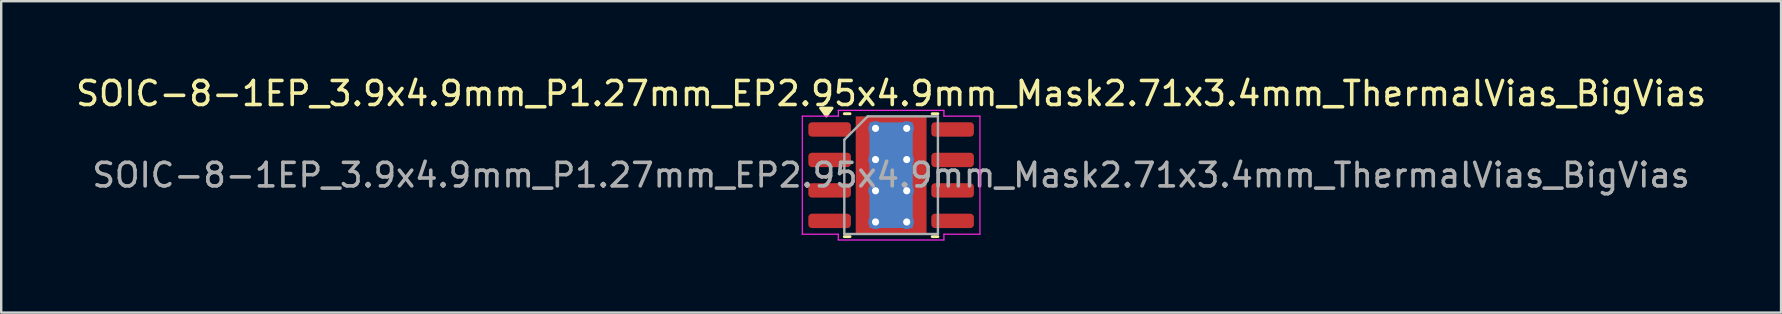
<source format=kicad_pcb>
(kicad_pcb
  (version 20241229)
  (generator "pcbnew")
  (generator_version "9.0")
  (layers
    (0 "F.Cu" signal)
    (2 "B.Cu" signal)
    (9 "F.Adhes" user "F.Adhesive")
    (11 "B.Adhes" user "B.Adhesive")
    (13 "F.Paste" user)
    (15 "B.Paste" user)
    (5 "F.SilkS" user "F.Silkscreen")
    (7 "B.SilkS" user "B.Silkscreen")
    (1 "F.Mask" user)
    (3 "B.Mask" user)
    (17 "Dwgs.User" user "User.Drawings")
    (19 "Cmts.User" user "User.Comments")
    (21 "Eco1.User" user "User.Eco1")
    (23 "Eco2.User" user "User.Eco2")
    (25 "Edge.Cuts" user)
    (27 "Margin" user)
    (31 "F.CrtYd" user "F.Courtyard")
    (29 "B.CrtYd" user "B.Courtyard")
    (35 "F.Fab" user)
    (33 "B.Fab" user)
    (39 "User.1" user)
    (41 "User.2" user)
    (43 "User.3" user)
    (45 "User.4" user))
  (footprint "SOIC-8-1EP_3.9x4.9mm_P1.27mm_EP2.95x4.9mm_Mask2.71x3.4mm_ThermalVias_BigVias"
    (layer "F.Cu")
    (at 34.077 4.248)
    (property "Reference" "SOIC-8-1EP_3.9x4.9mm_P1.27mm_EP2.95x4.9mm_Mask2.71x3.4mm_ThermalVias_BigVias" (at 0 -3.4 0) (layer "F.SilkS") (effects (font (size 1 1) (thickness 0.15))))
    (attr smd)
    (fp_line (start -1.711 -2.56) (end -1.95 -2.56) (stroke (width 0.12) (type solid)) (layer "F.SilkS"))
    (fp_line (start -1.711 2.56) (end -1.95 2.56) (stroke (width 0.12) (type solid)) (layer "F.SilkS"))
    (fp_line (start 1.711 -2.56) (end 1.95 -2.56) (stroke (width 0.12) (type solid)) (layer "F.SilkS"))
    (fp_line (start 1.711 2.56) (end 1.95 2.56) (stroke (width 0.12) (type solid)) (layer "F.SilkS"))
    (fp_poly (pts (xy -2.7 -2.465) (xy -2.94 -2.795) (xy -2.46 -2.795)) (stroke (width 0.12) (type solid)) (fill yes) (layer "F.SilkS"))
    (fp_line (start -3.7 -2.46) (end -2.2 -2.46) (stroke (width 0.05) (type solid)) (layer "F.CrtYd"))
    (fp_line (start -3.7 2.46) (end -3.7 -2.46) (stroke (width 0.05) (type solid)) (layer "F.CrtYd"))
    (fp_line (start -2.2 -2.7) (end 2.2 -2.7) (stroke (width 0.05) (type solid)) (layer "F.CrtYd"))
    (fp_line (start -2.2 -2.46) (end -2.2 -2.7) (stroke (width 0.05) (type solid)) (layer "F.CrtYd"))
    (fp_line (start -2.2 2.46) (end -3.7 2.46) (stroke (width 0.05) (type solid)) (layer "F.CrtYd"))
    (fp_line (start -2.2 2.7) (end -2.2 2.46) (stroke (width 0.05) (type solid)) (layer "F.CrtYd"))
    (fp_line (start 2.2 -2.7) (end 2.2 -2.46) (stroke (width 0.05) (type solid)) (layer "F.CrtYd"))
    (fp_line (start 2.2 -2.46) (end 3.7 -2.46) (stroke (width 0.05) (type solid)) (layer "F.CrtYd"))
    (fp_line (start 2.2 2.46) (end 2.2 2.7) (stroke (width 0.05) (type solid)) (layer "F.CrtYd"))
    (fp_line (start 2.2 2.7) (end -2.2 2.7) (stroke (width 0.05) (type solid)) (layer "F.CrtYd"))
    (fp_line (start 3.7 -2.46) (end 3.7 2.46) (stroke (width 0.05) (type solid)) (layer "F.CrtYd"))
    (fp_line (start 3.7 2.46) (end 2.2 2.46) (stroke (width 0.05) (type solid)) (layer "F.CrtYd"))
    (fp_line (start -1.95 -1.475) (end -0.975 -2.45) (stroke (width 0.1) (type solid)) (layer "F.Fab"))
    (fp_line (start -1.95 2.45) (end -1.95 -1.475) (stroke (width 0.1) (type solid)) (layer "F.Fab"))
    (fp_line (start -0.975 -2.45) (end 1.95 -2.45) (stroke (width 0.1) (type solid)) (layer "F.Fab"))
    (fp_line (start 1.95 -2.45) (end 1.95 2.45) (stroke (width 0.1) (type solid)) (layer "F.Fab"))
    (fp_line (start 1.95 2.45) (end -1.95 2.45) (stroke (width 0.1) (type solid)) (layer "F.Fab"))
    (fp_text user "${REFERENCE}" (at 0 0 0) (layer "F.Fab") (effects (font (size 0.98 0.98) (thickness 0.15))))
    (pad "" smd roundrect (at -0.68 -0.85) (size 1.13 1.42) (layers "F.Paste") (roundrect_rratio 0.221))
    (pad "" smd roundrect (at -0.68 0.85) (size 1.13 1.42) (layers "F.Paste") (roundrect_rratio 0.221))
    (pad "" smd rect (at 0 0) (size 2.71 3.4) (layers "F.Mask"))
    (pad "" smd roundrect (at 0.68 -0.85) (size 1.13 1.42) (layers "F.Paste") (roundrect_rratio 0.221))
    (pad "" smd roundrect (at 0.68 0.85) (size 1.13 1.42) (layers "F.Paste") (roundrect_rratio 0.221))
    (pad "1" smd roundrect (at -2.562 -1.905) (size 1.775 0.6) (layers "F.Cu" "F.Mask" "F.Paste") (roundrect_rratio 0.25))
    (pad "2" smd roundrect (at -2.562 -0.635) (size 1.775 0.6) (layers "F.Cu" "F.Mask" "F.Paste") (roundrect_rratio 0.25))
    (pad "3" smd roundrect (at -2.562 0.635) (size 1.775 0.6) (layers "F.Cu" "F.Mask" "F.Paste") (roundrect_rratio 0.25))
    (pad "4" smd roundrect (at -2.562 1.905) (size 1.775 0.6) (layers "F.Cu" "F.Mask" "F.Paste") (roundrect_rratio 0.25))
    (pad "5" smd roundrect (at 2.562 1.905) (size 1.775 0.6) (layers "F.Cu" "F.Mask" "F.Paste") (roundrect_rratio 0.25))
    (pad "6" smd roundrect (at 2.562 0.635) (size 1.775 0.6) (layers "F.Cu" "F.Mask" "F.Paste") (roundrect_rratio 0.25))
    (pad "7" smd roundrect (at 2.562 -0.635) (size 1.775 0.6) (layers "F.Cu" "F.Mask" "F.Paste") (roundrect_rratio 0.25))
    (pad "8" smd roundrect (at 2.562 -1.905) (size 1.775 0.6) (layers "F.Cu" "F.Mask" "F.Paste") (roundrect_rratio 0.25))
    (pad "9" thru_hole circle (at -0.65 -1.95) (size 0.6 0.6) (drill 0.3) (property pad_prop_heatsink) (layers "*.Cu"))
    (pad "9" thru_hole circle (at -0.65 -0.65) (size 0.6 0.6) (drill 0.3) (property pad_prop_heatsink) (layers "*.Cu"))
    (pad "9" thru_hole circle (at -0.65 0.65) (size 0.6 0.6) (drill 0.3) (property pad_prop_heatsink) (layers "*.Cu"))
    (pad "9" thru_hole circle (at -0.65 1.95) (size 0.6 0.6) (drill 0.3) (property pad_prop_heatsink) (layers "*.Cu"))
    (pad "9" smd rect (at 0 0) (size 1.8 4.4) (property pad_prop_heatsink) (layers "B.Cu"))
    (pad "9" smd rect (at 0 0) (size 2.95 4.9) (property pad_prop_heatsink) (layers "F.Cu"))
    (pad "9" thru_hole circle (at 0.65 -1.95) (size 0.6 0.6) (drill 0.3) (property pad_prop_heatsink) (layers "*.Cu"))
    (pad "9" thru_hole circle (at 0.65 -0.65) (size 0.6 0.6) (drill 0.3) (property pad_prop_heatsink) (layers "*.Cu"))
    (pad "9" thru_hole circle (at 0.65 0.65) (size 0.6 0.6) (drill 0.3) (property pad_prop_heatsink) (layers "*.Cu"))
    (pad "9" thru_hole circle (at 0.65 1.95) (size 0.6 0.6) (drill 0.3) (property pad_prop_heatsink) (layers "*.Cu")))
  (gr_rect
    (start -3 -3)
    (end 71.155 9.973)
    (stroke (width 0.1) (type default))
    (fill no)
    (layer "Edge.Cuts")))
</source>
